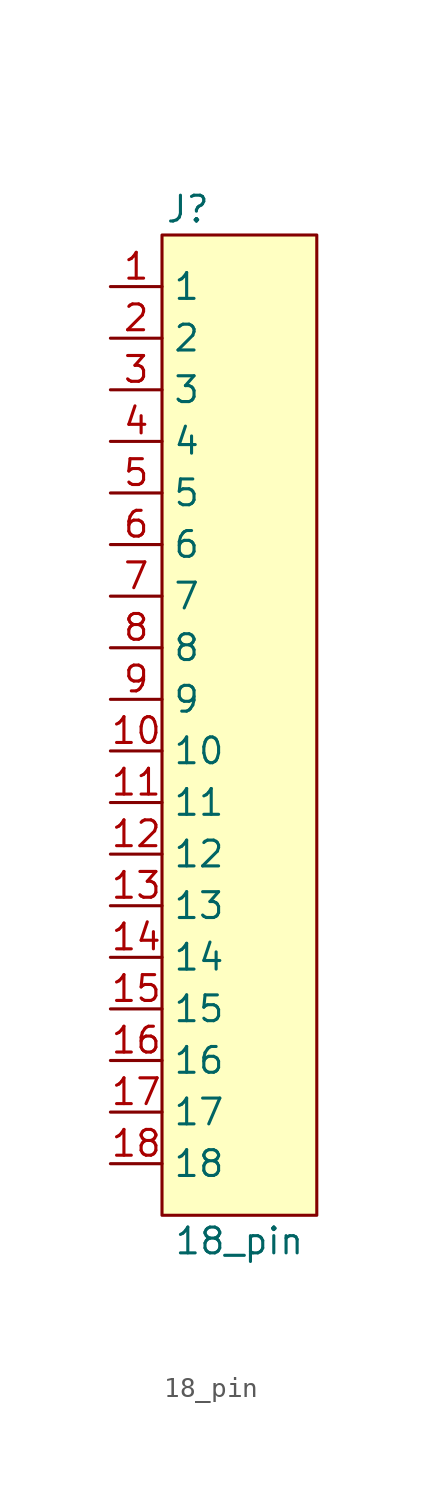
<source format=kicad_sym>
(kicad_symbol_lib
  (version 20211014)
  (generator kicad_symbol_editor)
  (symbol "18_pin:18_pin"
    (property "Reference" "J"
      (at 3.81 3.81 0)
      (effects (font (size 1.27 1.27))))
    (property "Value" "18_pin"
      (at 6.35 -46.99 0)
      (effects (font (size 1.27 1.27))))
    (symbol "18_pin_0_1"
      (rectangle (start 2.54 2.54) (end 10.16 -45.72) (stroke (width 0.152) (type default) (color 0 0 0 0)) (fill (type background))))
    (symbol "18_pin_1_1"
      (pin input line (at 0 0 0) (length 2.54) (name "1" (effects (font (size 1.27 1.27)))) (number "1" (effects (font (size 1.27 1.27)))))
      (pin input line (at 0 -22.86 0) (length 2.54) (name "10" (effects (font (size 1.27 1.27)))) (number "10" (effects (font (size 1.27 1.27)))))
      (pin input line (at 0 -25.4 0) (length 2.54) (name "11" (effects (font (size 1.27 1.27)))) (number "11" (effects (font (size 1.27 1.27)))))
      (pin input line (at 0 -27.94 0) (length 2.54) (name "12" (effects (font (size 1.27 1.27)))) (number "12" (effects (font (size 1.27 1.27)))))
      (pin input line (at 0 -30.48 0) (length 2.54) (name "13" (effects (font (size 1.27 1.27)))) (number "13" (effects (font (size 1.27 1.27)))))
      (pin input line (at 0 -33.02 0) (length 2.54) (name "14" (effects (font (size 1.27 1.27)))) (number "14" (effects (font (size 1.27 1.27)))))
      (pin input line (at 0 -35.56 0) (length 2.54) (name "15" (effects (font (size 1.27 1.27)))) (number "15" (effects (font (size 1.27 1.27)))))
      (pin input line (at 0 -38.1 0) (length 2.54) (name "16" (effects (font (size 1.27 1.27)))) (number "16" (effects (font (size 1.27 1.27)))))
      (pin input line (at 0 -40.64 0) (length 2.54) (name "17" (effects (font (size 1.27 1.27)))) (number "17" (effects (font (size 1.27 1.27)))))
      (pin input line (at 0 -43.18 0) (length 2.54) (name "18" (effects (font (size 1.27 1.27)))) (number "18" (effects (font (size 1.27 1.27)))))
      (pin input line (at 0 -2.54 0) (length 2.54) (name "2" (effects (font (size 1.27 1.27)))) (number "2" (effects (font (size 1.27 1.27)))))
      (pin input line (at 0 -5.08 0) (length 2.54) (name "3" (effects (font (size 1.27 1.27)))) (number "3" (effects (font (size 1.27 1.27)))))
      (pin input line (at 0 -7.62 0) (length 2.54) (name "4" (effects (font (size 1.27 1.27)))) (number "4" (effects (font (size 1.27 1.27)))))
      (pin input line (at 0 -10.16 0) (length 2.54) (name "5" (effects (font (size 1.27 1.27)))) (number "5" (effects (font (size 1.27 1.27)))))
      (pin input line (at 0 -12.7 0) (length 2.54) (name "6" (effects (font (size 1.27 1.27)))) (number "6" (effects (font (size 1.27 1.27)))))
      (pin input line (at 0 -15.24 0) (length 2.54) (name "7" (effects (font (size 1.27 1.27)))) (number "7" (effects (font (size 1.27 1.27)))))
      (pin input line (at 0 -17.78 0) (length 2.54) (name "8" (effects (font (size 1.27 1.27)))) (number "8" (effects (font (size 1.27 1.27)))))
      (pin input line (at 0 -20.32 0) (length 2.54) (name "9" (effects (font (size 1.27 1.27)))) (number "9" (effects (font (size 1.27 1.27))))))))
</source>
